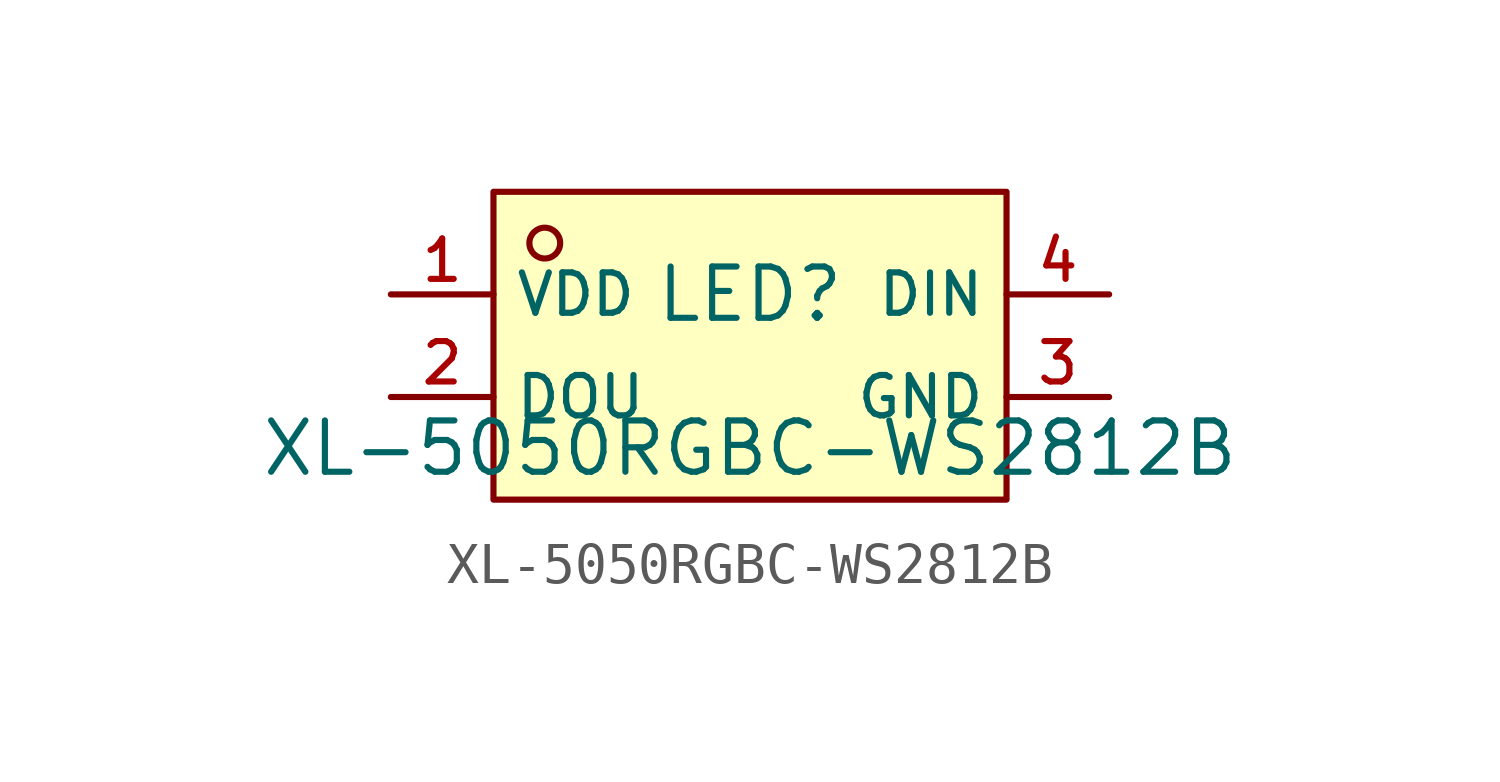
<source format=kicad_sym>
(kicad_symbol_lib
  (version 20210201)
  (generator TousstNicolas/JLC2KiCad_lib)
  (symbol "XL-5050RGBC-WS2812B"
    (property "Reference" "LED"
      (at 0 1.27 0)
      (effects (font (size 1.27 1.27))))
    (property "Value" "XL-5050RGBC-WS2812B"
      (at 0 -2.54 0)
      (effects (font (size 1.27 1.27))))
    (symbol "XL-5050RGBC-WS2812B_0_1"
      (rectangle (start -6.35 3.81) (end 6.35 -3.81) (stroke (width 0) (type default) (color 0 0 0 0)) (fill (type background)))
      (circle (center -5.08 2.54) (radius 0.381) (stroke (width 0) (type default) (color 0 0 0 0)) (fill (type background)))
      (pin unspecified line (at -8.89 1.27 0) (length 2.54) (name "VDD" (effects (font (size 1 1)))) (number "1" (effects (font (size 1 1)))))
      (pin unspecified line (at -8.89 -1.27 0) (length 2.54) (name "DOU" (effects (font (size 1 1)))) (number "2" (effects (font (size 1 1)))))
      (pin unspecified line (at 8.89 -1.27 180) (length 2.54) (name "GND" (effects (font (size 1 1)))) (number "3" (effects (font (size 1 1)))))
      (pin unspecified line (at 8.89 1.27 180) (length 2.54) (name "DIN" (effects (font (size 1 1)))) (number "4" (effects (font (size 1 1))))))))
</source>
